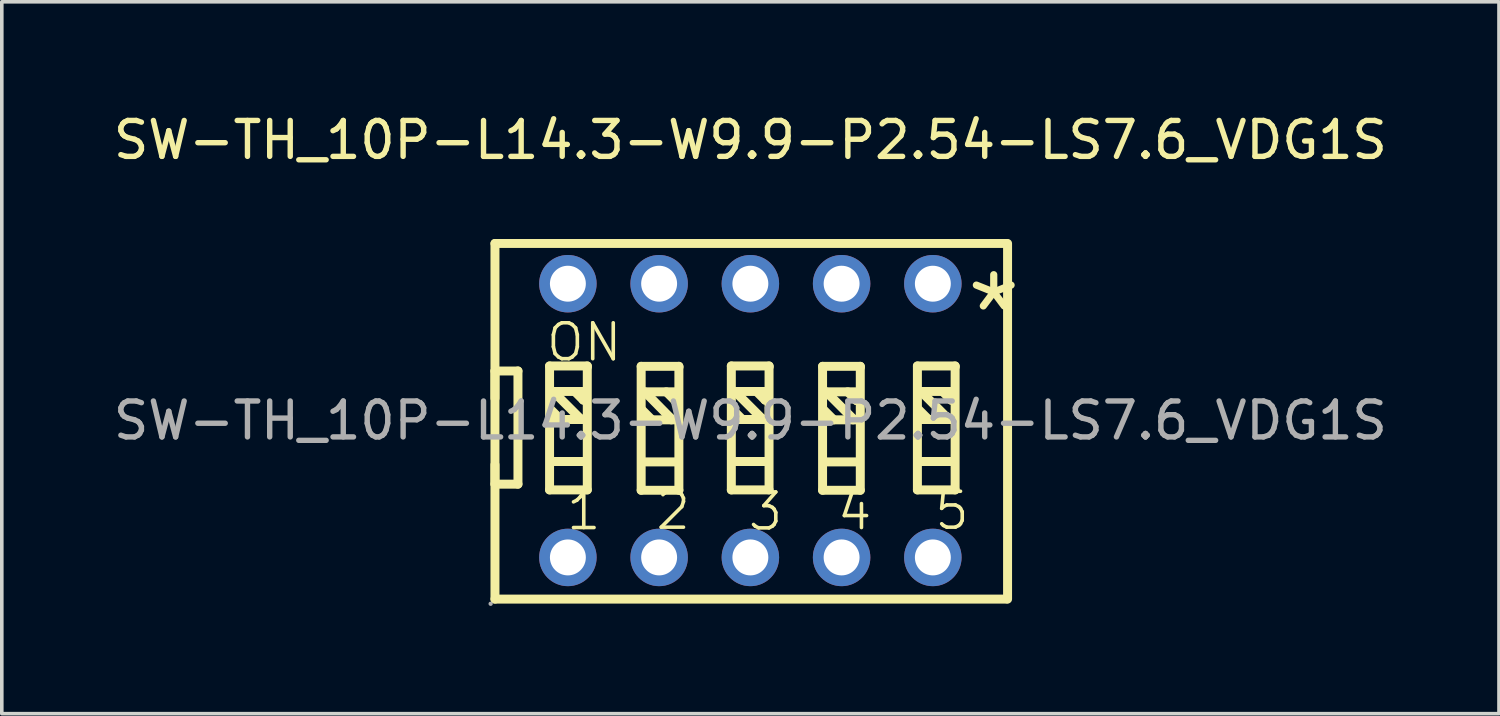
<source format=kicad_pcb>
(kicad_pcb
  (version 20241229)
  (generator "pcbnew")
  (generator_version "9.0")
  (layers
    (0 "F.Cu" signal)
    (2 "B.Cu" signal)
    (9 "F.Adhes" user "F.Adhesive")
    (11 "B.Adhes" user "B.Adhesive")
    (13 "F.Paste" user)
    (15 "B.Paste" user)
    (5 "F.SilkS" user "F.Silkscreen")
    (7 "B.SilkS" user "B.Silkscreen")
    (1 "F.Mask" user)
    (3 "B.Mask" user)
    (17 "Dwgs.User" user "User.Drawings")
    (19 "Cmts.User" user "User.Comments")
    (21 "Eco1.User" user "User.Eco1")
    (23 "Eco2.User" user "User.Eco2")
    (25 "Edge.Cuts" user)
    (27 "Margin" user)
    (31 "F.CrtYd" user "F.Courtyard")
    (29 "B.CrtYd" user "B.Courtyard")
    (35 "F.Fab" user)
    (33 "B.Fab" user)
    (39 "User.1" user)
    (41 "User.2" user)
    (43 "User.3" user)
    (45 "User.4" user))
  (footprint "SW-TH_10P-L14.3-W9.9-P2.54-LS7.6_VDG1S"
    (layer "F.Cu")
    (at 17.839 8.658)
    (property "Reference" "SW-TH_10P-L14.3-W9.9-P2.54-LS7.6_VDG1S" (at 0 -7.81 0) (layer "F.SilkS") (effects (font (size 1 1) (thickness 0.15))))
    (attr through_hole)
    (fp_line (start -7.11 -4.93) (end -7.11 4.97) (stroke (width 0.25) (type solid)) (layer "F.SilkS"))
    (fp_line (start -7.11 -4.93) (end 7.13 -4.93) (stroke (width 0.25) (type solid)) (layer "F.SilkS"))
    (fp_line (start -7.11 -1.38) (end -6.47 -1.38) (stroke (width 0.25) (type solid)) (layer "F.SilkS"))
    (fp_line (start -7.11 -0.62) (end -7.11 -1.38) (stroke (width 0.25) (type solid)) (layer "F.SilkS"))
    (fp_line (start -7.11 1.77) (end -7.11 1.23) (stroke (width 0.25) (type solid)) (layer "F.SilkS"))
    (fp_line (start -7.11 4.97) (end 7.13 4.97) (stroke (width 0.25) (type solid)) (layer "F.SilkS"))
    (fp_line (start -6.47 -1.38) (end -6.47 1.77) (stroke (width 0.25) (type solid)) (layer "F.SilkS"))
    (fp_line (start -6.47 1.77) (end -7.11 1.77) (stroke (width 0.25) (type solid)) (layer "F.SilkS"))
    (fp_line (start -5.59 -1.52) (end -5.59 1.93) (stroke (width 0.25) (type solid)) (layer "F.SilkS"))
    (fp_line (start -5.59 1.93) (end -4.54 1.93) (stroke (width 0.25) (type solid)) (layer "F.SilkS"))
    (fp_line (start -5.49 -0.81) (end -4.74 -0.06) (stroke (width 0.25) (type solid)) (layer "F.SilkS"))
    (fp_line (start -5.48 -0.03) (end -4.61 -0.03) (stroke (width 0.25) (type solid)) (layer "F.SilkS"))
    (fp_line (start -5.46 -0.81) (end -4.59 -0.81) (stroke (width 0.25) (type solid)) (layer "F.SilkS"))
    (fp_line (start -5.46 1.14) (end -4.59 1.14) (stroke (width 0.25) (type solid)) (layer "F.SilkS"))
    (fp_line (start -5.28 -0.03) (end -5.55 -0.3) (stroke (width 0.25) (type solid)) (layer "F.SilkS"))
    (fp_line (start -4.89 -0.81) (end -4.65 -0.57) (stroke (width 0.25) (type solid)) (layer "F.SilkS"))
    (fp_line (start -4.74 -0.06) (end -4.74 -0.03) (stroke (width 0.25) (type solid)) (layer "F.SilkS"))
    (fp_line (start -4.65 -0.57) (end -4.62 -0.57) (stroke (width 0.25) (type solid)) (layer "F.SilkS"))
    (fp_line (start -4.54 -1.52) (end -5.59 -1.52) (stroke (width 0.25) (type solid)) (layer "F.SilkS"))
    (fp_line (start -4.54 -1.49) (end -4.54 -1.52) (stroke (width 0.25) (type solid)) (layer "F.SilkS"))
    (fp_line (start -4.54 1.93) (end -4.54 -1.49) (stroke (width 0.25) (type solid)) (layer "F.SilkS"))
    (fp_line (start -3.04 -1.51) (end -3.04 1.94) (stroke (width 0.25) (type solid)) (layer "F.SilkS"))
    (fp_line (start -3.04 1.94) (end -1.99 1.94) (stroke (width 0.25) (type solid)) (layer "F.SilkS"))
    (fp_line (start -2.94 -0.8) (end -2.2 -0.05) (stroke (width 0.25) (type solid)) (layer "F.SilkS"))
    (fp_line (start -2.94 -0.02) (end -2.07 -0.02) (stroke (width 0.25) (type solid)) (layer "F.SilkS"))
    (fp_line (start -2.91 -0.8) (end -2.04 -0.8) (stroke (width 0.25) (type solid)) (layer "F.SilkS"))
    (fp_line (start -2.91 1.15) (end -2.04 1.15) (stroke (width 0.25) (type solid)) (layer "F.SilkS"))
    (fp_line (start -2.74 -0.02) (end -3.01 -0.29) (stroke (width 0.25) (type solid)) (layer "F.SilkS"))
    (fp_line (start -2.34 -0.8) (end -2.1 -0.56) (stroke (width 0.25) (type solid)) (layer "F.SilkS"))
    (fp_line (start -2.2 -0.05) (end -2.2 -0.02) (stroke (width 0.25) (type solid)) (layer "F.SilkS"))
    (fp_line (start -2.1 -0.56) (end -2.07 -0.56) (stroke (width 0.25) (type solid)) (layer "F.SilkS"))
    (fp_line (start -1.99 -1.51) (end -3.04 -1.51) (stroke (width 0.25) (type solid)) (layer "F.SilkS"))
    (fp_line (start -1.99 -1.48) (end -1.99 -1.51) (stroke (width 0.25) (type solid)) (layer "F.SilkS"))
    (fp_line (start -1.99 1.94) (end -1.99 -1.48) (stroke (width 0.25) (type solid)) (layer "F.SilkS"))
    (fp_line (start -0.53 -1.52) (end -0.53 1.93) (stroke (width 0.25) (type solid)) (layer "F.SilkS"))
    (fp_line (start -0.53 1.93) (end 0.52 1.93) (stroke (width 0.25) (type solid)) (layer "F.SilkS"))
    (fp_line (start -0.43 -0.81) (end 0.32 -0.06) (stroke (width 0.25) (type solid)) (layer "F.SilkS"))
    (fp_line (start -0.42 -0.03) (end 0.45 -0.03) (stroke (width 0.25) (type solid)) (layer "F.SilkS"))
    (fp_line (start -0.4 -0.81) (end 0.47 -0.81) (stroke (width 0.25) (type solid)) (layer "F.SilkS"))
    (fp_line (start -0.4 1.14) (end 0.47 1.14) (stroke (width 0.25) (type solid)) (layer "F.SilkS"))
    (fp_line (start -0.22 -0.03) (end -0.49 -0.3) (stroke (width 0.25) (type solid)) (layer "F.SilkS"))
    (fp_line (start 0.17 -0.81) (end 0.41 -0.57) (stroke (width 0.25) (type solid)) (layer "F.SilkS"))
    (fp_line (start 0.32 -0.06) (end 0.32 -0.03) (stroke (width 0.25) (type solid)) (layer "F.SilkS"))
    (fp_line (start 0.41 -0.57) (end 0.44 -0.57) (stroke (width 0.25) (type solid)) (layer "F.SilkS"))
    (fp_line (start 0.52 -1.52) (end -0.53 -1.52) (stroke (width 0.25) (type solid)) (layer "F.SilkS"))
    (fp_line (start 0.52 -1.49) (end 0.52 -1.52) (stroke (width 0.25) (type solid)) (layer "F.SilkS"))
    (fp_line (start 0.52 1.93) (end 0.52 -1.49) (stroke (width 0.25) (type solid)) (layer "F.SilkS"))
    (fp_line (start 2.01 -1.51) (end 2.01 1.94) (stroke (width 0.25) (type solid)) (layer "F.SilkS"))
    (fp_line (start 2.01 1.94) (end 3.06 1.94) (stroke (width 0.25) (type solid)) (layer "F.SilkS"))
    (fp_line (start 2.11 -0.8) (end 2.86 -0.05) (stroke (width 0.25) (type solid)) (layer "F.SilkS"))
    (fp_line (start 2.12 -0.02) (end 2.99 -0.02) (stroke (width 0.25) (type solid)) (layer "F.SilkS"))
    (fp_line (start 2.14 -0.8) (end 3.01 -0.8) (stroke (width 0.25) (type solid)) (layer "F.SilkS"))
    (fp_line (start 2.14 1.15) (end 3.01 1.15) (stroke (width 0.25) (type solid)) (layer "F.SilkS"))
    (fp_line (start 2.32 -0.02) (end 2.05 -0.29) (stroke (width 0.25) (type solid)) (layer "F.SilkS"))
    (fp_line (start 2.71 -0.8) (end 2.95 -0.56) (stroke (width 0.25) (type solid)) (layer "F.SilkS"))
    (fp_line (start 2.86 -0.05) (end 2.86 -0.02) (stroke (width 0.25) (type solid)) (layer "F.SilkS"))
    (fp_line (start 2.95 -0.56) (end 2.98 -0.56) (stroke (width 0.25) (type solid)) (layer "F.SilkS"))
    (fp_line (start 3.06 -1.51) (end 2.01 -1.51) (stroke (width 0.25) (type solid)) (layer "F.SilkS"))
    (fp_line (start 3.06 -1.48) (end 3.06 -1.51) (stroke (width 0.25) (type solid)) (layer "F.SilkS"))
    (fp_line (start 3.06 1.94) (end 3.06 -1.48) (stroke (width 0.25) (type solid)) (layer "F.SilkS"))
    (fp_line (start 4.65 -1.52) (end 4.65 1.93) (stroke (width 0.25) (type solid)) (layer "F.SilkS"))
    (fp_line (start 4.65 1.93) (end 5.7 1.93) (stroke (width 0.25) (type solid)) (layer "F.SilkS"))
    (fp_line (start 4.75 -0.81) (end 5.5 -0.06) (stroke (width 0.25) (type solid)) (layer "F.SilkS"))
    (fp_line (start 4.76 -0.03) (end 5.63 -0.03) (stroke (width 0.25) (type solid)) (layer "F.SilkS"))
    (fp_line (start 4.78 -0.81) (end 5.65 -0.81) (stroke (width 0.25) (type solid)) (layer "F.SilkS"))
    (fp_line (start 4.78 1.14) (end 5.65 1.14) (stroke (width 0.25) (type solid)) (layer "F.SilkS"))
    (fp_line (start 4.96 -0.03) (end 4.69 -0.3) (stroke (width 0.25) (type solid)) (layer "F.SilkS"))
    (fp_line (start 5.35 -0.81) (end 5.59 -0.57) (stroke (width 0.25) (type solid)) (layer "F.SilkS"))
    (fp_line (start 5.5 -0.06) (end 5.5 -0.03) (stroke (width 0.25) (type solid)) (layer "F.SilkS"))
    (fp_line (start 5.59 -0.57) (end 5.62 -0.57) (stroke (width 0.25) (type solid)) (layer "F.SilkS"))
    (fp_line (start 5.7 -1.52) (end 4.65 -1.52) (stroke (width 0.25) (type solid)) (layer "F.SilkS"))
    (fp_line (start 5.7 -1.49) (end 5.7 -1.52) (stroke (width 0.25) (type solid)) (layer "F.SilkS"))
    (fp_line (start 5.7 1.93) (end 5.7 -1.49) (stroke (width 0.25) (type solid)) (layer "F.SilkS"))
    (fp_line (start 7.16 -4.93) (end 7.16 4.97) (stroke (width 0.25) (type solid)) (layer "F.SilkS"))
    (fp_circle (center -7.23 5.1) (end -7.2 5.1) (stroke (width 0.06) (type solid)) (fill no) (layer "F.Fab"))
    (fp_circle (center -5.08 -3.81) (end -4.88 -3.81) (stroke (width 0.4) (type solid)) (fill no) (layer "F.Fab"))
    (fp_circle (center -5.08 3.81) (end -4.88 3.81) (stroke (width 0.4) (type solid)) (fill no) (layer "F.Fab"))
    (fp_circle (center -2.54 -3.81) (end -2.34 -3.81) (stroke (width 0.4) (type solid)) (fill no) (layer "F.Fab"))
    (fp_circle (center -2.54 3.81) (end -2.34 3.81) (stroke (width 0.4) (type solid)) (fill no) (layer "F.Fab"))
    (fp_circle (center 0 -3.81) (end 0.2 -3.81) (stroke (width 0.4) (type solid)) (fill no) (layer "F.Fab"))
    (fp_circle (center 0 3.81) (end 0.2 3.81) (stroke (width 0.4) (type solid)) (fill no) (layer "F.Fab"))
    (fp_circle (center 2.54 -3.81) (end 2.74 -3.81) (stroke (width 0.4) (type solid)) (fill no) (layer "F.Fab"))
    (fp_circle (center 2.54 3.81) (end 2.74 3.81) (stroke (width 0.4) (type solid)) (fill no) (layer "F.Fab"))
    (fp_circle (center 5.08 -3.81) (end 5.28 -3.81) (stroke (width 0.4) (type solid)) (fill no) (layer "F.Fab"))
    (fp_circle (center 5.08 3.81) (end 5.28 3.81) (stroke (width 0.4) (type solid)) (fill no) (layer "F.Fab"))
    (fp_text user "1" (at -5.18 2.52 0) (layer "F.SilkS") (effects (font (size 1 1) (thickness 0.1)) (justify left)))
    (fp_text user "5" (at 5.07 2.51 0) (layer "F.SilkS") (effects (font (size 1 1) (thickness 0.1)) (justify left)))
    (fp_text user "4" (at 2.36 2.52 0) (layer "F.SilkS") (effects (font (size 1 1) (thickness 0.1)) (justify left)))
    (fp_text user "ON" (at -5.74 -2.18 0) (layer "F.SilkS") (effects (font (size 1 1) (thickness 0.1)) (justify left)))
    (fp_text user "3" (at -0.12 2.53 0) (layer "F.SilkS") (effects (font (size 1 1) (thickness 0.1)) (justify left)))
    (fp_text user "*" (at 5.87 -2.96 0) (layer "F.SilkS") (effects (font (size 2.03 2.03) (thickness 0.2)) (justify left)))
    (fp_text user "2" (at -2.69 2.51 0) (layer "F.SilkS") (effects (font (size 1 1) (thickness 0.1)) (justify left)))
    (fp_text user "${REFERENCE}" (at 0 0 0) (layer "F.Fab") (effects (font (size 1 1) (thickness 0.15))))
    (pad "1" thru_hole circle (at -5.08 3.81) (size 1.6 1.6) (drill 1) (layers "*.Cu" "*.Paste" "*.Mask"))
    (pad "2" thru_hole circle (at -2.54 3.81) (size 1.6 1.6) (drill 1) (layers "*.Cu" "*.Paste" "*.Mask"))
    (pad "3" thru_hole circle (at 0 3.81) (size 1.6 1.6) (drill 1) (layers "*.Cu" "*.Paste" "*.Mask"))
    (pad "4" thru_hole circle (at 2.54 3.81) (size 1.6 1.6) (drill 1) (layers "*.Cu" "*.Paste" "*.Mask"))
    (pad "5" thru_hole circle (at 5.08 3.81) (size 1.6 1.6) (drill 1) (layers "*.Cu" "*.Paste" "*.Mask"))
    (pad "6" thru_hole circle (at 5.08 -3.81) (size 1.6 1.6) (drill 1) (layers "*.Cu" "*.Paste" "*.Mask"))
    (pad "7" thru_hole circle (at 2.54 -3.81) (size 1.6 1.6) (drill 1) (layers "*.Cu" "*.Paste" "*.Mask"))
    (pad "8" thru_hole circle (at 0 -3.81) (size 1.6 1.6) (drill 1) (layers "*.Cu" "*.Paste" "*.Mask"))
    (pad "9" thru_hole circle (at -2.54 -3.81) (size 1.6 1.6) (drill 1) (layers "*.Cu" "*.Paste" "*.Mask"))
    (pad "10" thru_hole circle (at -5.08 -3.81) (size 1.6 1.6) (drill 1) (layers "*.Cu" "*.Paste" "*.Mask")))
  (gr_rect
    (start -3 -3)
    (end 38.679 16.818)
    (stroke (width 0.1) (type default))
    (fill no)
    (layer "Edge.Cuts")))
</source>
